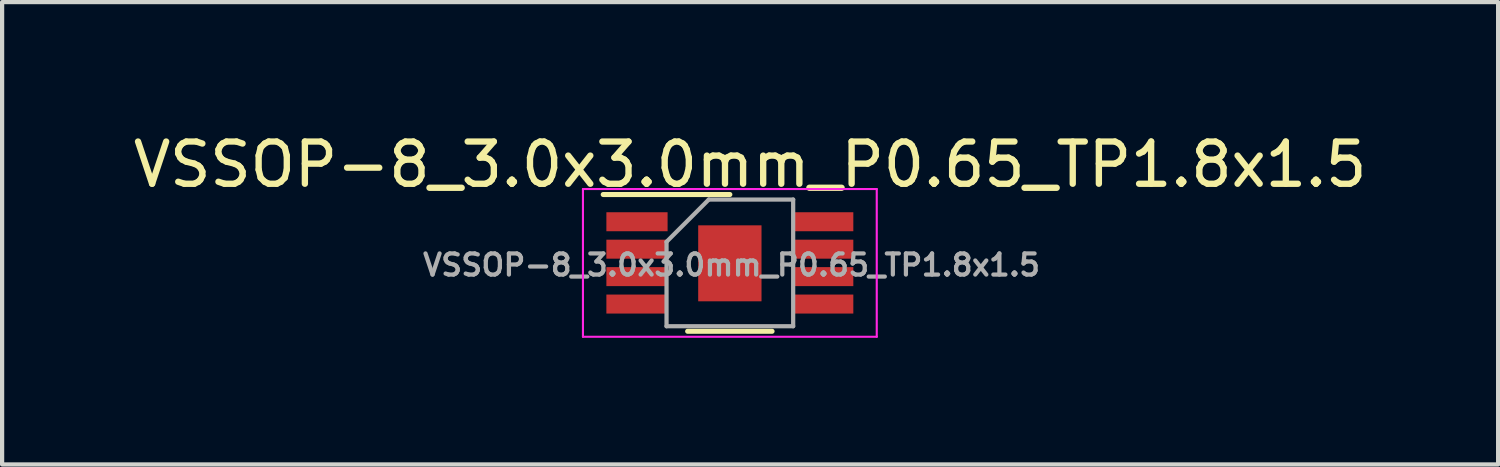
<source format=kicad_pcb>
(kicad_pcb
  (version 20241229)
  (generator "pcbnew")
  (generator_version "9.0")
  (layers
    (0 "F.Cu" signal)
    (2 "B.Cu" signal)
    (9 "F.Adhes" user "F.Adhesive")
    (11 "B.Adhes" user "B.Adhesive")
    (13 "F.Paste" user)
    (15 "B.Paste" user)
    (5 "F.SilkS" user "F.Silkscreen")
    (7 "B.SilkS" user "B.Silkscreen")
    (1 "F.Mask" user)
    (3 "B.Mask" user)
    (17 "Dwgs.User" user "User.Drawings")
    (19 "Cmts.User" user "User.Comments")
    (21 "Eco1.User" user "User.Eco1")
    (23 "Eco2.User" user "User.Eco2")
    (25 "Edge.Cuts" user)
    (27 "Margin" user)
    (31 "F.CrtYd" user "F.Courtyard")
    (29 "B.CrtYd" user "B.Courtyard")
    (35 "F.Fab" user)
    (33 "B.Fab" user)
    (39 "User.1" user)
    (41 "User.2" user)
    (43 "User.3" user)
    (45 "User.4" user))
  (footprint "VSSOP-8_3.0x3.0mm_P0.65_TP1.8x1.5"
    (layer "F.Cu")
    (at 14.24 3.188)
    (property "Reference" "VSSOP-8_3.0x3.0mm_P0.65_TP1.8x1.5" (at 0.48 -2.34 0) (layer "F.SilkS") (effects (font (size 1 1) (thickness 0.15))))
    (attr through_hole)
    (fp_line (start 0 -1.63) (end -3 -1.63) (stroke (width 0.12) (type solid)) (layer "F.SilkS"))
    (fp_line (start 1 1.61) (end -1 1.61) (stroke (width 0.12) (type solid)) (layer "F.SilkS"))
    (fp_line (start -3.48 -1.76) (end 3.48 -1.76) (stroke (width 0.05) (type solid)) (layer "F.CrtYd"))
    (fp_line (start -3.48 1.74) (end -3.48 -1.76) (stroke (width 0.05) (type solid)) (layer "F.CrtYd"))
    (fp_line (start 3.48 -1.76) (end 3.48 1.74) (stroke (width 0.05) (type solid)) (layer "F.CrtYd"))
    (fp_line (start 3.48 1.74) (end -3.48 1.74) (stroke (width 0.05) (type solid)) (layer "F.CrtYd"))
    (fp_line (start -1.5 1.49) (end -1.5 -0.51) (stroke (width 0.1) (type solid)) (layer "F.Fab"))
    (fp_line (start -0.5 -1.51) (end -1.5 -0.51) (stroke (width 0.1) (type solid)) (layer "F.Fab"))
    (fp_line (start -0.5 -1.51) (end 1.5 -1.51) (stroke (width 0.1) (type solid)) (layer "F.Fab"))
    (fp_line (start 1.5 -1.51) (end 1.5 1.49) (stroke (width 0.1) (type solid)) (layer "F.Fab"))
    (fp_line (start 1.5 1.49) (end -1.5 1.49) (stroke (width 0.1) (type solid)) (layer "F.Fab"))
    (fp_text user "${REFERENCE}" (at 0.04 0.04 0) (layer "F.Fab") (effects (font (size 0.5 0.5) (thickness 0.1))))
    (pad "1" smd rect (at -2.2 -0.985 270) (size 0.45 1.45) (layers "F.Cu" "F.Mask" "F.Paste"))
    (pad "2" smd rect (at -2.2 -0.335 270) (size 0.45 1.45) (layers "F.Cu" "F.Mask" "F.Paste"))
    (pad "3" smd rect (at -2.2 0.315 270) (size 0.45 1.45) (layers "F.Cu" "F.Mask" "F.Paste"))
    (pad "4" smd rect (at -2.2 0.965 270) (size 0.45 1.45) (layers "F.Cu" "F.Mask" "F.Paste"))
    (pad "5" smd rect (at 2.2 0.965 270) (size 0.45 1.45) (layers "F.Cu" "F.Mask" "F.Paste"))
    (pad "6" smd rect (at 2.2 0.315 270) (size 0.45 1.45) (layers "F.Cu" "F.Mask" "F.Paste"))
    (pad "7" smd rect (at 2.2 -0.335 270) (size 0.45 1.45) (layers "F.Cu" "F.Mask" "F.Paste"))
    (pad "8" smd rect (at 2.2 -0.985 270) (size 0.45 1.45) (layers "F.Cu" "F.Mask" "F.Paste"))
    (pad "9" smd rect (at 0 0) (size 1.5 1.8) (layers "F.Cu" "F.Mask" "F.Paste")))
  (gr_rect
    (start -3 -3)
    (end 32.44 7.953)
    (stroke (width 0.1) (type default))
    (fill no)
    (layer "Edge.Cuts")))
</source>
